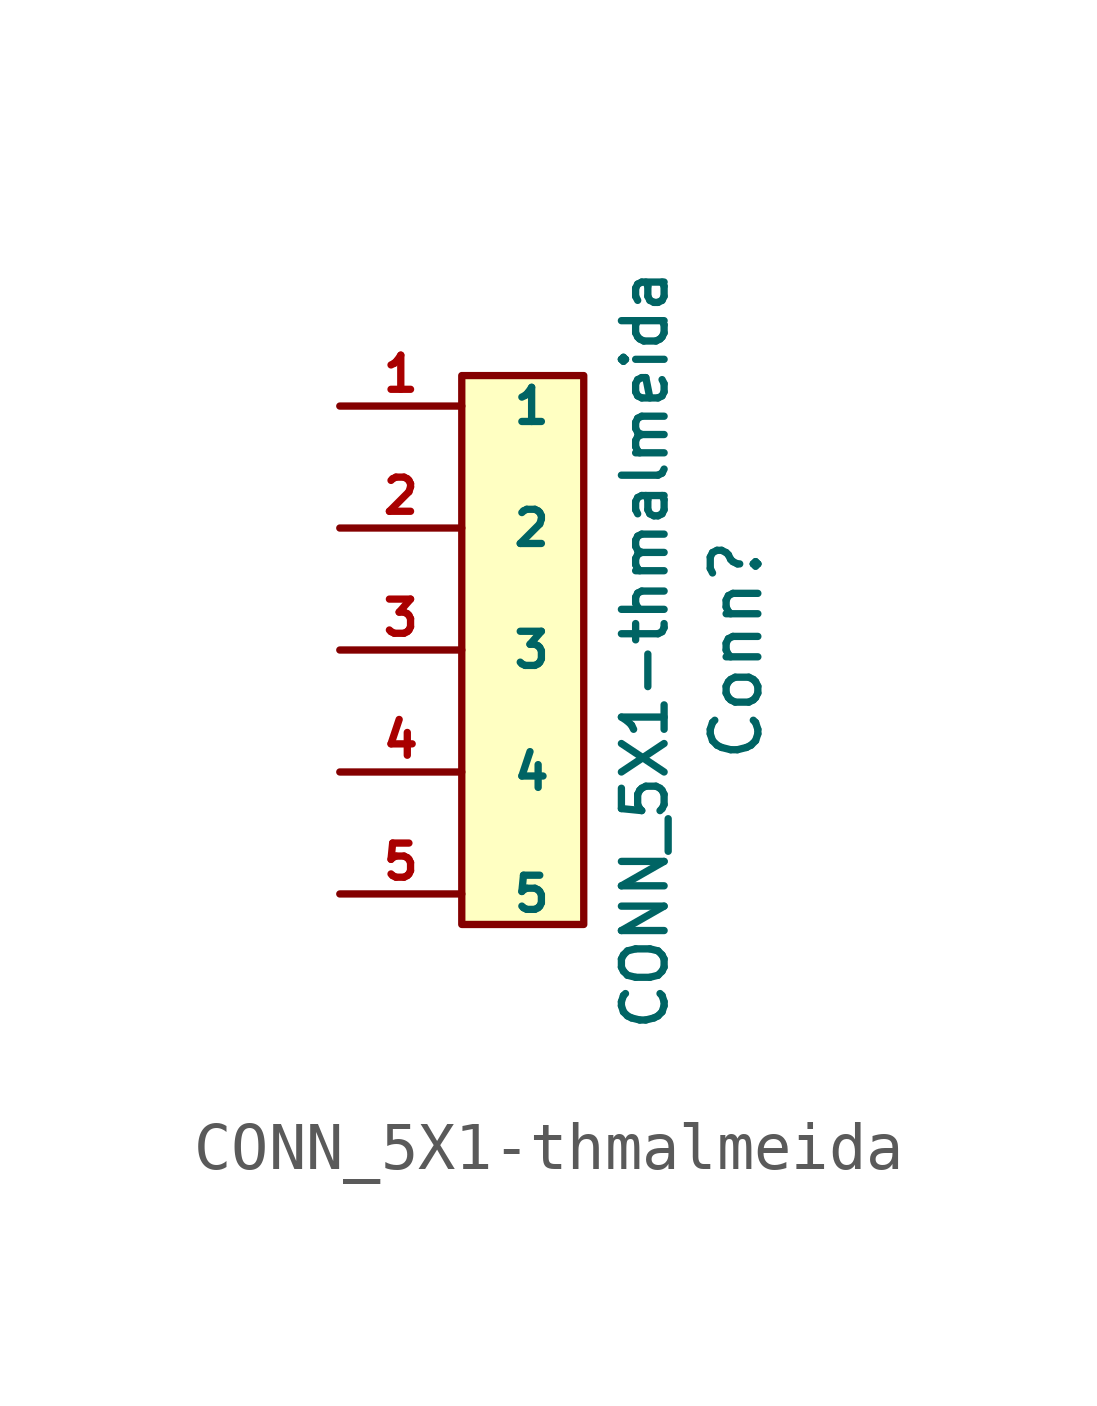
<source format=kicad_sym>
(kicad_symbol_lib
  (version 20211014)
  (generator kicad_symbol_editor)
  (symbol "CONN_5X1-thmalmeida"
    (pin_names
      (offset 1.016))
    (property "Reference" "Conn"
      (at 4.445 0 90)
      (effects (font (size 0.991 0.991))))
    (property "Value" "CONN_5X1-thmalmeida"
      (at 2.54 0 90)
      (effects (font (size 0.889 0.889))))
    (property "Datasheet" ""
      (at 1.27 6.35 0)
      (effects (font (size 1.524 1.524))))
    (symbol "CONN_5X1-thmalmeida_0_1"
      (rectangle (start -1.27 5.715) (end 1.27 -5.715) (stroke (width 0) (type default) (color 0 0 0 0)) (fill (type background))))
    (symbol "CONN_5X1-thmalmeida_1_1"
      (pin passive line (at -3.81 5.08 0) (length 2.54) (name "1" (effects (font (size 0.711 0.711)))) (number "1" (effects (font (size 0.711 0.711)))))
      (pin passive line (at -3.81 2.54 0) (length 2.54) (name "2" (effects (font (size 0.711 0.711)))) (number "2" (effects (font (size 0.711 0.711)))))
      (pin passive line (at -3.81 0 0) (length 2.54) (name "3" (effects (font (size 0.711 0.711)))) (number "3" (effects (font (size 0.711 0.711)))))
      (pin passive line (at -3.81 -2.54 0) (length 2.54) (name "4" (effects (font (size 0.711 0.711)))) (number "4" (effects (font (size 0.711 0.711)))))
      (pin passive line (at -3.81 -5.08 0) (length 2.54) (name "5" (effects (font (size 0.711 0.711)))) (number "5" (effects (font (size 0.711 0.711))))))))
</source>
